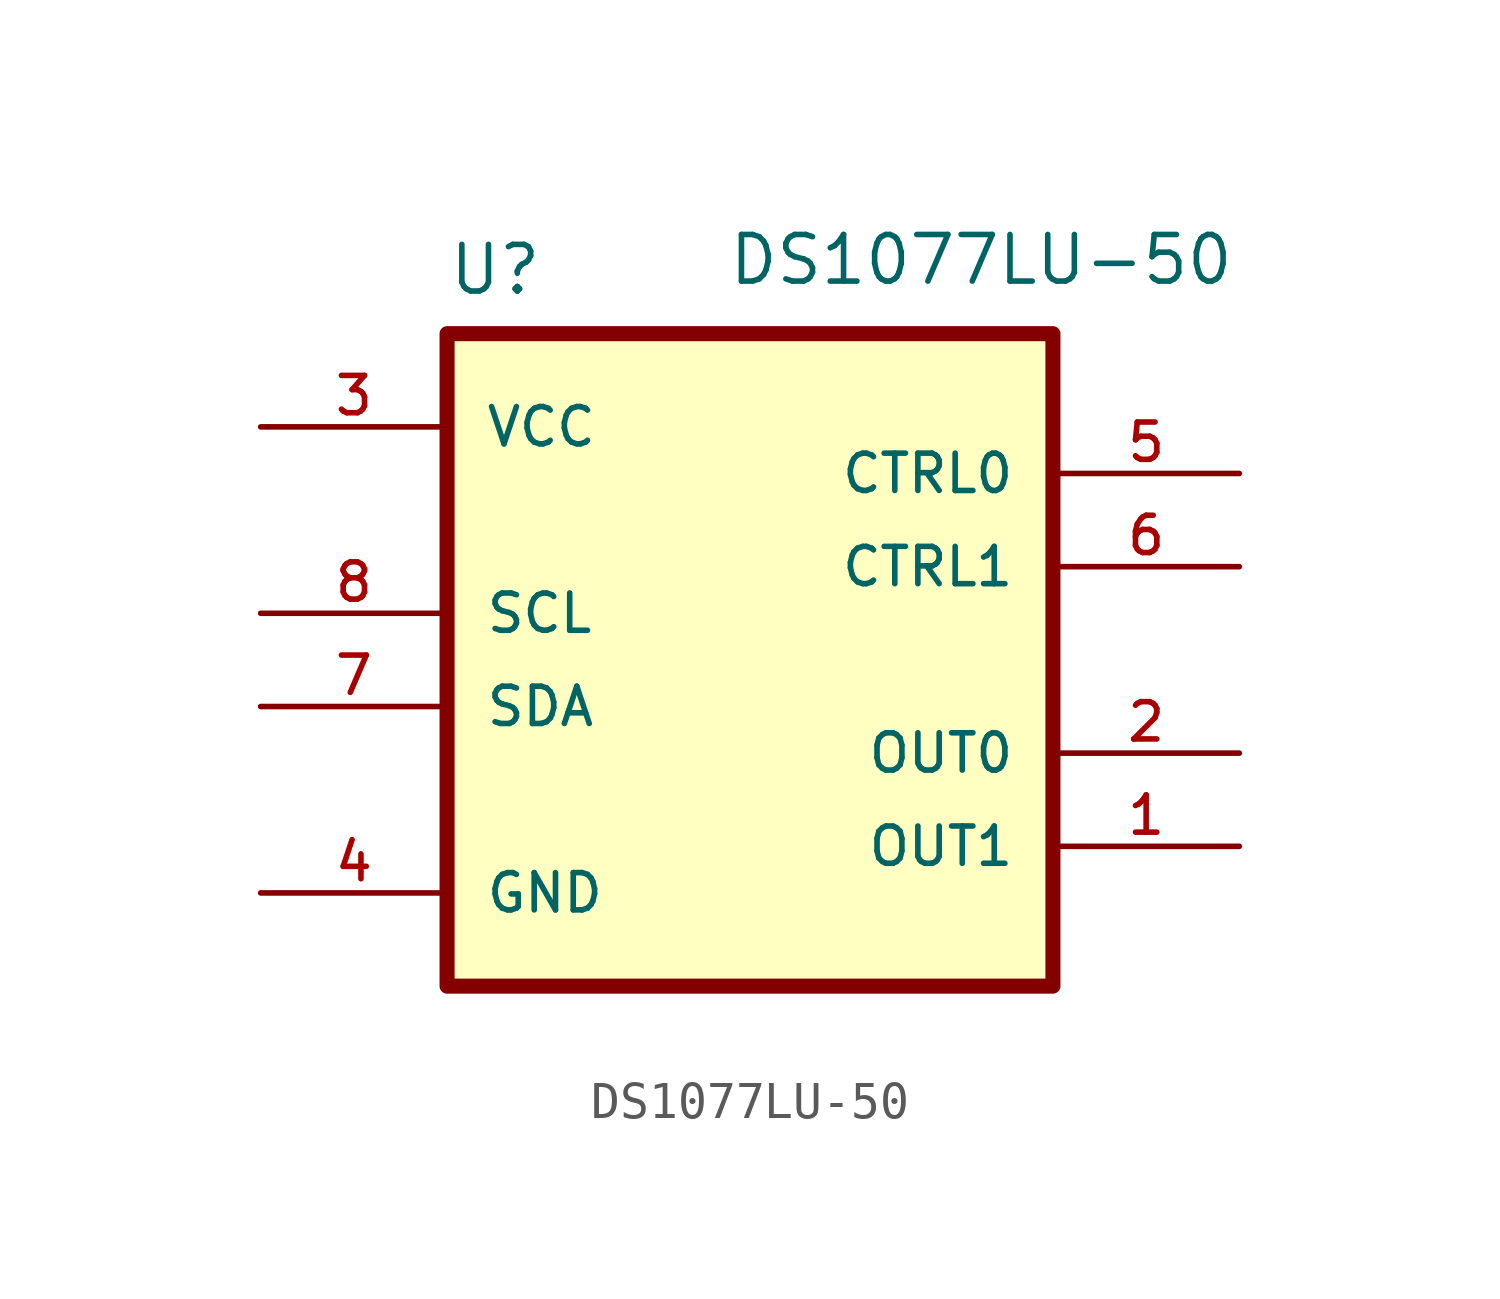
<source format=kicad_sym>
(kicad_symbol_lib
  (version 20220914)
  (generator kicad_symbol_editor)
  (symbol "DS1077LU-50"
    (pin_names
      (offset 1.016))
    (property "Reference" "U"
      (at -12.7 18.78 0)
      (effects (font (size 1.27 1.27)) (justify left bottom)))
    (property "Value" "DS1077LU-50"
      (at -5.08 19.05 0)
      (effects (font (size 1.27 1.27)) (justify left bottom)))
    (symbol "DS1077LU-50_0_0"
      (rectangle (start -12.7 17.78) (end 3.81 0) (stroke (width 0.41) (type default)) (fill (type background)))
      (pin output line (at 8.89 3.81 180) (length 5.08) (name "OUT1" (effects (font (size 1.016 1.016)))) (number "1" (effects (font (size 1.016 1.016)))))
      (pin output line (at 8.89 6.35 180) (length 5.08) (name "OUT0" (effects (font (size 1.016 1.016)))) (number "2" (effects (font (size 1.016 1.016)))))
      (pin power_in line (at -17.78 15.24 0) (length 5.08) (name "VCC" (effects (font (size 1.016 1.016)))) (number "3" (effects (font (size 1.016 1.016)))))
      (pin power_in line (at -17.78 2.54 0) (length 5.08) (name "GND" (effects (font (size 1.016 1.016)))) (number "4" (effects (font (size 1.016 1.016)))))
      (pin bidirectional line (at 8.89 13.97 180) (length 5.08) (name "CTRL0" (effects (font (size 1.016 1.016)))) (number "5" (effects (font (size 1.016 1.016)))))
      (pin bidirectional line (at 8.89 11.43 180) (length 5.08) (name "CTRL1" (effects (font (size 1.016 1.016)))) (number "6" (effects (font (size 1.016 1.016)))))
      (pin bidirectional line (at -17.78 7.62 0) (length 5.08) (name "SDA" (effects (font (size 1.016 1.016)))) (number "7" (effects (font (size 1.016 1.016)))))
      (pin input line (at -17.78 10.16 0) (length 5.08) (name "SCL" (effects (font (size 1.016 1.016)))) (number "8" (effects (font (size 1.016 1.016))))))))
</source>
